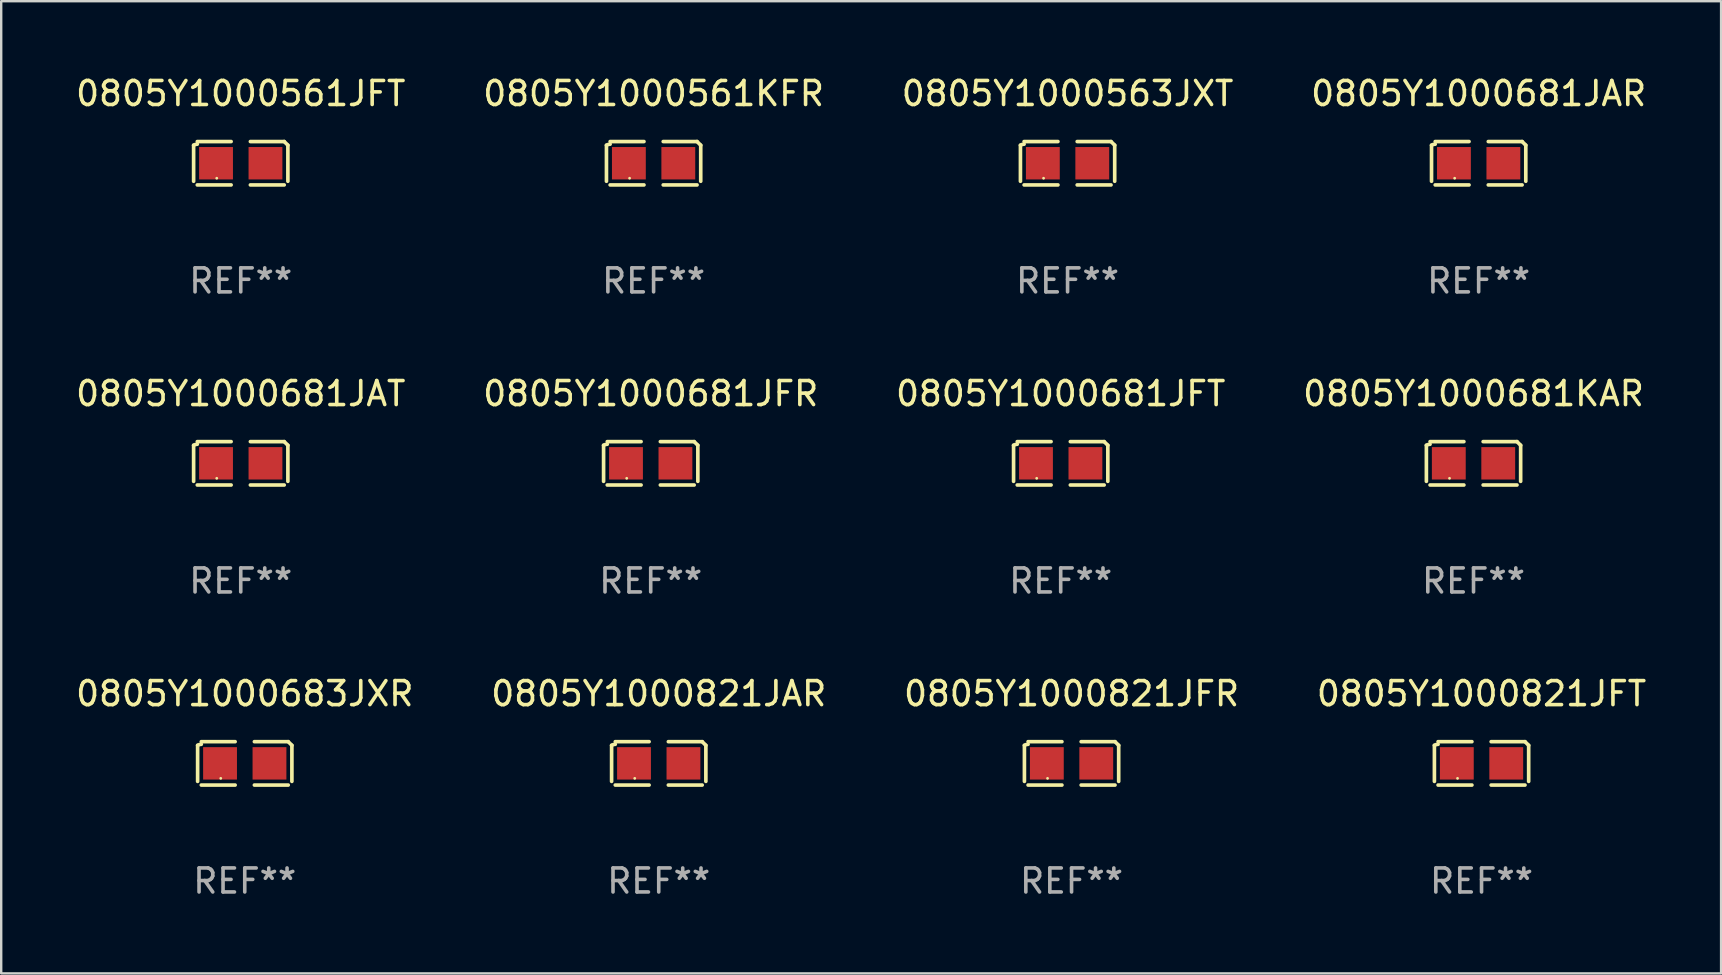
<source format=kicad_pcb>
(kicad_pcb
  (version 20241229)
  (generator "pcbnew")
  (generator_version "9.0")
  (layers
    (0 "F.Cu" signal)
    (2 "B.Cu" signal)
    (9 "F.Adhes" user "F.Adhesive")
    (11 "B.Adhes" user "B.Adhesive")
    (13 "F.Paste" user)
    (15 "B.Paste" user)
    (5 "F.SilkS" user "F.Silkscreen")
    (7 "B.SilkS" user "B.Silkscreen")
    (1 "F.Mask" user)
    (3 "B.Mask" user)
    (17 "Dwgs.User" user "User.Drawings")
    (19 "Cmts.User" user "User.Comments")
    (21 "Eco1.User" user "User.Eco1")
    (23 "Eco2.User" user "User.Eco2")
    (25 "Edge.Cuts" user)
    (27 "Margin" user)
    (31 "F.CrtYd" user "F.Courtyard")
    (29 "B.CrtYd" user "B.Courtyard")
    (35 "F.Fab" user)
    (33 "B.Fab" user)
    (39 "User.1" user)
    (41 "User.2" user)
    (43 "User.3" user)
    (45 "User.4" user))
  (footprint "0805Y1000681JFR"
    (layer "F.Cu")
    (at 24.065 16.256)
    (property "Reference" "0805Y1000681JFR" (at 0 -2.904 0) (layer "F.SilkS") (effects (font (size 1 1) (thickness 0.15))))
    (attr through_hole)
    (fp_line (start -1.964 0.751) (end -1.964 -0.751) (stroke (width 0.152) (type solid)) (layer "F.SilkS"))
    (fp_line (start -1.811 -0.904) (end -0.401 -0.904) (stroke (width 0.152) (type solid)) (layer "F.SilkS"))
    (fp_line (start -0.401 0.904) (end -1.811 0.904) (stroke (width 0.152) (type solid)) (layer "F.SilkS"))
    (fp_line (start 0.401 0.904) (end 1.811 0.904) (stroke (width 0.152) (type solid)) (layer "F.SilkS"))
    (fp_line (start 1.811 -0.904) (end 0.401 -0.904) (stroke (width 0.152) (type solid)) (layer "F.SilkS"))
    (fp_line (start 1.964 0.751) (end 1.964 -0.751) (stroke (width 0.152) (type solid)) (layer "F.SilkS"))
    (fp_arc (start -1.963602 -0.751207) (mid -1.890354 -0.783131) (end -1.811201 -0.794044) (stroke (width 0.1524) (type solid)) (layer "F.SilkS"))
    (fp_arc (start 1.811202 -0.903607) (mid 1.887413 -0.827418) (end 1.963602 -0.751207) (stroke (width 0.1524) (type solid)) (layer "F.SilkS"))
    (fp_circle (center -1 0.625) (end -0.97 0.625) (stroke (width 0.06) (type solid)) (fill no) (layer "F.SilkS"))
    (fp_text user "REF**" (at 0 4.904 0) (layer "F.Fab") (effects (font (size 1 1) (thickness 0.15))))
    (pad "1" smd rect (at -1.03 0) (size 1.41 1.35) (layers "F.Cu" "F.Mask" "F.Paste"))
    (pad "2" smd rect (at 1.03 0) (size 1.41 1.35) (layers "F.Cu" "F.Mask" "F.Paste")))
  (footprint "0805Y1000821JFT"
    (layer "F.Cu")
    (at 58.685 28.759)
    (property "Reference" "0805Y1000821JFT" (at 0 -2.904 0) (layer "F.SilkS") (effects (font (size 1 1) (thickness 0.15))))
    (attr through_hole)
    (fp_line (start -1.964 0.751) (end -1.964 -0.751) (stroke (width 0.152) (type solid)) (layer "F.SilkS"))
    (fp_line (start -1.811 -0.904) (end -0.401 -0.904) (stroke (width 0.152) (type solid)) (layer "F.SilkS"))
    (fp_line (start -0.401 0.904) (end -1.811 0.904) (stroke (width 0.152) (type solid)) (layer "F.SilkS"))
    (fp_line (start 0.401 0.904) (end 1.811 0.904) (stroke (width 0.152) (type solid)) (layer "F.SilkS"))
    (fp_line (start 1.811 -0.904) (end 0.401 -0.904) (stroke (width 0.152) (type solid)) (layer "F.SilkS"))
    (fp_line (start 1.964 0.751) (end 1.964 -0.751) (stroke (width 0.152) (type solid)) (layer "F.SilkS"))
    (fp_arc (start -1.963602 -0.751207) (mid -1.890354 -0.783131) (end -1.811201 -0.794044) (stroke (width 0.1524) (type solid)) (layer "F.SilkS"))
    (fp_arc (start 1.811202 -0.903607) (mid 1.887413 -0.827418) (end 1.963602 -0.751207) (stroke (width 0.1524) (type solid)) (layer "F.SilkS"))
    (fp_circle (center -1 0.625) (end -0.97 0.625) (stroke (width 0.06) (type solid)) (fill no) (layer "F.SilkS"))
    (fp_text user "REF**" (at 0 4.904 0) (layer "F.Fab") (effects (font (size 1 1) (thickness 0.15))))
    (pad "1" smd rect (at -1.03 0) (size 1.41 1.35) (layers "F.Cu" "F.Mask" "F.Paste"))
    (pad "2" smd rect (at 1.03 0) (size 1.41 1.35) (layers "F.Cu" "F.Mask" "F.Paste")))
  (footprint "0805Y1000681JAT"
    (layer "F.Cu")
    (at 6.982 16.256)
    (property "Reference" "0805Y1000681JAT" (at 0 -2.904 0) (layer "F.SilkS") (effects (font (size 1 1) (thickness 0.15))))
    (attr through_hole)
    (fp_line (start -1.964 0.751) (end -1.964 -0.751) (stroke (width 0.152) (type solid)) (layer "F.SilkS"))
    (fp_line (start -1.811 -0.904) (end -0.401 -0.904) (stroke (width 0.152) (type solid)) (layer "F.SilkS"))
    (fp_line (start -0.401 0.904) (end -1.811 0.904) (stroke (width 0.152) (type solid)) (layer "F.SilkS"))
    (fp_line (start 0.401 0.904) (end 1.811 0.904) (stroke (width 0.152) (type solid)) (layer "F.SilkS"))
    (fp_line (start 1.811 -0.904) (end 0.401 -0.904) (stroke (width 0.152) (type solid)) (layer "F.SilkS"))
    (fp_line (start 1.964 0.751) (end 1.964 -0.751) (stroke (width 0.152) (type solid)) (layer "F.SilkS"))
    (fp_arc (start -1.963602 -0.751207) (mid -1.890354 -0.783131) (end -1.811201 -0.794044) (stroke (width 0.1524) (type solid)) (layer "F.SilkS"))
    (fp_arc (start 1.811202 -0.903607) (mid 1.887413 -0.827418) (end 1.963602 -0.751207) (stroke (width 0.1524) (type solid)) (layer "F.SilkS"))
    (fp_circle (center -1 0.625) (end -0.97 0.625) (stroke (width 0.06) (type solid)) (fill no) (layer "F.SilkS"))
    (fp_text user "REF**" (at 0 4.904 0) (layer "F.Fab") (effects (font (size 1 1) (thickness 0.15))))
    (pad "1" smd rect (at -1.03 0) (size 1.41 1.35) (layers "F.Cu" "F.Mask" "F.Paste"))
    (pad "2" smd rect (at 1.03 0) (size 1.41 1.35) (layers "F.Cu" "F.Mask" "F.Paste")))
  (footprint "0805Y1000681JFT"
    (layer "F.Cu")
    (at 41.149 16.256)
    (property "Reference" "0805Y1000681JFT" (at 0 -2.904 0) (layer "F.SilkS") (effects (font (size 1 1) (thickness 0.15))))
    (attr through_hole)
    (fp_line (start -1.964 0.751) (end -1.964 -0.751) (stroke (width 0.152) (type solid)) (layer "F.SilkS"))
    (fp_line (start -1.811 -0.904) (end -0.401 -0.904) (stroke (width 0.152) (type solid)) (layer "F.SilkS"))
    (fp_line (start -0.401 0.904) (end -1.811 0.904) (stroke (width 0.152) (type solid)) (layer "F.SilkS"))
    (fp_line (start 0.401 0.904) (end 1.811 0.904) (stroke (width 0.152) (type solid)) (layer "F.SilkS"))
    (fp_line (start 1.811 -0.904) (end 0.401 -0.904) (stroke (width 0.152) (type solid)) (layer "F.SilkS"))
    (fp_line (start 1.964 0.751) (end 1.964 -0.751) (stroke (width 0.152) (type solid)) (layer "F.SilkS"))
    (fp_arc (start -1.963602 -0.751207) (mid -1.890354 -0.783131) (end -1.811201 -0.794044) (stroke (width 0.1524) (type solid)) (layer "F.SilkS"))
    (fp_arc (start 1.811202 -0.903607) (mid 1.887413 -0.827418) (end 1.963602 -0.751207) (stroke (width 0.1524) (type solid)) (layer "F.SilkS"))
    (fp_circle (center -1 0.625) (end -0.97 0.625) (stroke (width 0.06) (type solid)) (fill no) (layer "F.SilkS"))
    (fp_text user "REF**" (at 0 4.904 0) (layer "F.Fab") (effects (font (size 1 1) (thickness 0.15))))
    (pad "1" smd rect (at -1.03 0) (size 1.41 1.35) (layers "F.Cu" "F.Mask" "F.Paste"))
    (pad "2" smd rect (at 1.03 0) (size 1.41 1.35) (layers "F.Cu" "F.Mask" "F.Paste")))
  (footprint "0805Y1000821JFR"
    (layer "F.Cu")
    (at 41.601 28.759)
    (property "Reference" "0805Y1000821JFR" (at 0 -2.904 0) (layer "F.SilkS") (effects (font (size 1 1) (thickness 0.15))))
    (attr through_hole)
    (fp_line (start -1.964 0.751) (end -1.964 -0.751) (stroke (width 0.152) (type solid)) (layer "F.SilkS"))
    (fp_line (start -1.811 -0.904) (end -0.401 -0.904) (stroke (width 0.152) (type solid)) (layer "F.SilkS"))
    (fp_line (start -0.401 0.904) (end -1.811 0.904) (stroke (width 0.152) (type solid)) (layer "F.SilkS"))
    (fp_line (start 0.401 0.904) (end 1.811 0.904) (stroke (width 0.152) (type solid)) (layer "F.SilkS"))
    (fp_line (start 1.811 -0.904) (end 0.401 -0.904) (stroke (width 0.152) (type solid)) (layer "F.SilkS"))
    (fp_line (start 1.964 0.751) (end 1.964 -0.751) (stroke (width 0.152) (type solid)) (layer "F.SilkS"))
    (fp_arc (start -1.963602 -0.751207) (mid -1.890354 -0.783131) (end -1.811201 -0.794044) (stroke (width 0.1524) (type solid)) (layer "F.SilkS"))
    (fp_arc (start 1.811202 -0.903607) (mid 1.887413 -0.827418) (end 1.963602 -0.751207) (stroke (width 0.1524) (type solid)) (layer "F.SilkS"))
    (fp_circle (center -1 0.625) (end -0.97 0.625) (stroke (width 0.06) (type solid)) (fill no) (layer "F.SilkS"))
    (fp_text user "REF**" (at 0 4.904 0) (layer "F.Fab") (effects (font (size 1 1) (thickness 0.15))))
    (pad "1" smd rect (at -1.03 0) (size 1.41 1.35) (layers "F.Cu" "F.Mask" "F.Paste"))
    (pad "2" smd rect (at 1.03 0) (size 1.41 1.35) (layers "F.Cu" "F.Mask" "F.Paste")))
  (footprint "0805Y1000681JAR"
    (layer "F.Cu")
    (at 58.565 3.752)
    (property "Reference" "0805Y1000681JAR" (at 0 -2.904 0) (layer "F.SilkS") (effects (font (size 1 1) (thickness 0.15))))
    (attr through_hole)
    (fp_line (start -1.964 0.751) (end -1.964 -0.751) (stroke (width 0.152) (type solid)) (layer "F.SilkS"))
    (fp_line (start -1.811 -0.904) (end -0.401 -0.904) (stroke (width 0.152) (type solid)) (layer "F.SilkS"))
    (fp_line (start -0.401 0.904) (end -1.811 0.904) (stroke (width 0.152) (type solid)) (layer "F.SilkS"))
    (fp_line (start 0.401 0.904) (end 1.811 0.904) (stroke (width 0.152) (type solid)) (layer "F.SilkS"))
    (fp_line (start 1.811 -0.904) (end 0.401 -0.904) (stroke (width 0.152) (type solid)) (layer "F.SilkS"))
    (fp_line (start 1.964 0.751) (end 1.964 -0.751) (stroke (width 0.152) (type solid)) (layer "F.SilkS"))
    (fp_arc (start -1.963602 -0.751207) (mid -1.890354 -0.783131) (end -1.811201 -0.794044) (stroke (width 0.1524) (type solid)) (layer "F.SilkS"))
    (fp_arc (start 1.811202 -0.903607) (mid 1.887413 -0.827418) (end 1.963602 -0.751207) (stroke (width 0.1524) (type solid)) (layer "F.SilkS"))
    (fp_circle (center -1 0.625) (end -0.97 0.625) (stroke (width 0.06) (type solid)) (fill no) (layer "F.SilkS"))
    (fp_text user "REF**" (at 0 4.904 0) (layer "F.Fab") (effects (font (size 1 1) (thickness 0.15))))
    (pad "1" smd rect (at -1.03 0) (size 1.41 1.35) (layers "F.Cu" "F.Mask" "F.Paste"))
    (pad "2" smd rect (at 1.03 0) (size 1.41 1.35) (layers "F.Cu" "F.Mask" "F.Paste")))
  (footprint "0805Y1000683JXR"
    (layer "F.Cu")
    (at 7.149 28.759)
    (property "Reference" "0805Y1000683JXR" (at 0 -2.904 0) (layer "F.SilkS") (effects (font (size 1 1) (thickness 0.15))))
    (attr through_hole)
    (fp_line (start -1.964 0.751) (end -1.964 -0.751) (stroke (width 0.152) (type solid)) (layer "F.SilkS"))
    (fp_line (start -1.811 -0.904) (end -0.401 -0.904) (stroke (width 0.152) (type solid)) (layer "F.SilkS"))
    (fp_line (start -0.401 0.904) (end -1.811 0.904) (stroke (width 0.152) (type solid)) (layer "F.SilkS"))
    (fp_line (start 0.401 0.904) (end 1.811 0.904) (stroke (width 0.152) (type solid)) (layer "F.SilkS"))
    (fp_line (start 1.811 -0.904) (end 0.401 -0.904) (stroke (width 0.152) (type solid)) (layer "F.SilkS"))
    (fp_line (start 1.964 0.751) (end 1.964 -0.751) (stroke (width 0.152) (type solid)) (layer "F.SilkS"))
    (fp_arc (start -1.963602 -0.751207) (mid -1.890354 -0.783131) (end -1.811201 -0.794044) (stroke (width 0.1524) (type solid)) (layer "F.SilkS"))
    (fp_arc (start 1.811202 -0.903607) (mid 1.887413 -0.827418) (end 1.963602 -0.751207) (stroke (width 0.1524) (type solid)) (layer "F.SilkS"))
    (fp_circle (center -1 0.625) (end -0.97 0.625) (stroke (width 0.06) (type solid)) (fill no) (layer "F.SilkS"))
    (fp_text user "REF**" (at 0 4.904 0) (layer "F.Fab") (effects (font (size 1 1) (thickness 0.15))))
    (pad "1" smd rect (at -1.03 0) (size 1.41 1.35) (layers "F.Cu" "F.Mask" "F.Paste"))
    (pad "2" smd rect (at 1.03 0) (size 1.41 1.35) (layers "F.Cu" "F.Mask" "F.Paste")))
  (footprint "0805Y1000821JAR"
    (layer "F.Cu")
    (at 24.399 28.759)
    (property "Reference" "0805Y1000821JAR" (at 0 -2.904 0) (layer "F.SilkS") (effects (font (size 1 1) (thickness 0.15))))
    (attr through_hole)
    (fp_line (start -1.964 0.751) (end -1.964 -0.751) (stroke (width 0.152) (type solid)) (layer "F.SilkS"))
    (fp_line (start -1.811 -0.904) (end -0.401 -0.904) (stroke (width 0.152) (type solid)) (layer "F.SilkS"))
    (fp_line (start -0.401 0.904) (end -1.811 0.904) (stroke (width 0.152) (type solid)) (layer "F.SilkS"))
    (fp_line (start 0.401 0.904) (end 1.811 0.904) (stroke (width 0.152) (type solid)) (layer "F.SilkS"))
    (fp_line (start 1.811 -0.904) (end 0.401 -0.904) (stroke (width 0.152) (type solid)) (layer "F.SilkS"))
    (fp_line (start 1.964 0.751) (end 1.964 -0.751) (stroke (width 0.152) (type solid)) (layer "F.SilkS"))
    (fp_arc (start -1.963602 -0.751207) (mid -1.890354 -0.783131) (end -1.811201 -0.794044) (stroke (width 0.1524) (type solid)) (layer "F.SilkS"))
    (fp_arc (start 1.811202 -0.903607) (mid 1.887413 -0.827418) (end 1.963602 -0.751207) (stroke (width 0.1524) (type solid)) (layer "F.SilkS"))
    (fp_circle (center -1 0.625) (end -0.97 0.625) (stroke (width 0.06) (type solid)) (fill no) (layer "F.SilkS"))
    (fp_text user "REF**" (at 0 4.904 0) (layer "F.Fab") (effects (font (size 1 1) (thickness 0.15))))
    (pad "1" smd rect (at -1.03 0) (size 1.41 1.35) (layers "F.Cu" "F.Mask" "F.Paste"))
    (pad "2" smd rect (at 1.03 0) (size 1.41 1.35) (layers "F.Cu" "F.Mask" "F.Paste")))
  (footprint "0805Y1000561KFR"
    (layer "F.Cu")
    (at 24.185 3.752)
    (property "Reference" "0805Y1000561KFR" (at 0 -2.904 0) (layer "F.SilkS") (effects (font (size 1 1) (thickness 0.15))))
    (attr through_hole)
    (fp_line (start -1.964 0.751) (end -1.964 -0.751) (stroke (width 0.152) (type solid)) (layer "F.SilkS"))
    (fp_line (start -1.811 -0.904) (end -0.401 -0.904) (stroke (width 0.152) (type solid)) (layer "F.SilkS"))
    (fp_line (start -0.401 0.904) (end -1.811 0.904) (stroke (width 0.152) (type solid)) (layer "F.SilkS"))
    (fp_line (start 0.401 0.904) (end 1.811 0.904) (stroke (width 0.152) (type solid)) (layer "F.SilkS"))
    (fp_line (start 1.811 -0.904) (end 0.401 -0.904) (stroke (width 0.152) (type solid)) (layer "F.SilkS"))
    (fp_line (start 1.964 0.751) (end 1.964 -0.751) (stroke (width 0.152) (type solid)) (layer "F.SilkS"))
    (fp_arc (start -1.963602 -0.751207) (mid -1.890354 -0.783131) (end -1.811201 -0.794044) (stroke (width 0.1524) (type solid)) (layer "F.SilkS"))
    (fp_arc (start 1.811202 -0.903607) (mid 1.887413 -0.827418) (end 1.963602 -0.751207) (stroke (width 0.1524) (type solid)) (layer "F.SilkS"))
    (fp_circle (center -1 0.625) (end -0.97 0.625) (stroke (width 0.06) (type solid)) (fill no) (layer "F.SilkS"))
    (fp_text user "REF**" (at 0 4.904 0) (layer "F.Fab") (effects (font (size 1 1) (thickness 0.15))))
    (pad "1" smd rect (at -1.03 0) (size 1.41 1.35) (layers "F.Cu" "F.Mask" "F.Paste"))
    (pad "2" smd rect (at 1.03 0) (size 1.41 1.35) (layers "F.Cu" "F.Mask" "F.Paste")))
  (footprint "0805Y1000561JFT"
    (layer "F.Cu")
    (at 6.982 3.752)
    (property "Reference" "0805Y1000561JFT" (at 0 -2.904 0) (layer "F.SilkS") (effects (font (size 1 1) (thickness 0.15))))
    (attr through_hole)
    (fp_line (start -1.964 0.751) (end -1.964 -0.751) (stroke (width 0.152) (type solid)) (layer "F.SilkS"))
    (fp_line (start -1.811 -0.904) (end -0.401 -0.904) (stroke (width 0.152) (type solid)) (layer "F.SilkS"))
    (fp_line (start -0.401 0.904) (end -1.811 0.904) (stroke (width 0.152) (type solid)) (layer "F.SilkS"))
    (fp_line (start 0.401 0.904) (end 1.811 0.904) (stroke (width 0.152) (type solid)) (layer "F.SilkS"))
    (fp_line (start 1.811 -0.904) (end 0.401 -0.904) (stroke (width 0.152) (type solid)) (layer "F.SilkS"))
    (fp_line (start 1.964 0.751) (end 1.964 -0.751) (stroke (width 0.152) (type solid)) (layer "F.SilkS"))
    (fp_arc (start -1.963602 -0.751207) (mid -1.890354 -0.783131) (end -1.811201 -0.794044) (stroke (width 0.1524) (type solid)) (layer "F.SilkS"))
    (fp_arc (start 1.811202 -0.903607) (mid 1.887413 -0.827418) (end 1.963602 -0.751207) (stroke (width 0.1524) (type solid)) (layer "F.SilkS"))
    (fp_circle (center -1 0.625) (end -0.97 0.625) (stroke (width 0.06) (type solid)) (fill no) (layer "F.SilkS"))
    (fp_text user "REF**" (at 0 4.904 0) (layer "F.Fab") (effects (font (size 1 1) (thickness 0.15))))
    (pad "1" smd rect (at -1.03 0) (size 1.41 1.35) (layers "F.Cu" "F.Mask" "F.Paste"))
    (pad "2" smd rect (at 1.03 0) (size 1.41 1.35) (layers "F.Cu" "F.Mask" "F.Paste")))
  (footprint "0805Y1000563JXT"
    (layer "F.Cu")
    (at 41.435 3.752)
    (property "Reference" "0805Y1000563JXT" (at 0 -2.904 0) (layer "F.SilkS") (effects (font (size 1 1) (thickness 0.15))))
    (attr through_hole)
    (fp_line (start -1.964 0.751) (end -1.964 -0.751) (stroke (width 0.152) (type solid)) (layer "F.SilkS"))
    (fp_line (start -1.811 -0.904) (end -0.401 -0.904) (stroke (width 0.152) (type solid)) (layer "F.SilkS"))
    (fp_line (start -0.401 0.904) (end -1.811 0.904) (stroke (width 0.152) (type solid)) (layer "F.SilkS"))
    (fp_line (start 0.401 0.904) (end 1.811 0.904) (stroke (width 0.152) (type solid)) (layer "F.SilkS"))
    (fp_line (start 1.811 -0.904) (end 0.401 -0.904) (stroke (width 0.152) (type solid)) (layer "F.SilkS"))
    (fp_line (start 1.964 0.751) (end 1.964 -0.751) (stroke (width 0.152) (type solid)) (layer "F.SilkS"))
    (fp_arc (start -1.963602 -0.751207) (mid -1.890354 -0.783131) (end -1.811201 -0.794044) (stroke (width 0.1524) (type solid)) (layer "F.SilkS"))
    (fp_arc (start 1.811202 -0.903607) (mid 1.887413 -0.827418) (end 1.963602 -0.751207) (stroke (width 0.1524) (type solid)) (layer "F.SilkS"))
    (fp_circle (center -1 0.625) (end -0.97 0.625) (stroke (width 0.06) (type solid)) (fill no) (layer "F.SilkS"))
    (fp_text user "REF**" (at 0 4.904 0) (layer "F.Fab") (effects (font (size 1 1) (thickness 0.15))))
    (pad "1" smd rect (at -1.03 0) (size 1.41 1.35) (layers "F.Cu" "F.Mask" "F.Paste"))
    (pad "2" smd rect (at 1.03 0) (size 1.41 1.35) (layers "F.Cu" "F.Mask" "F.Paste")))
  (footprint "0805Y1000681KAR"
    (layer "F.Cu")
    (at 58.351 16.256)
    (property "Reference" "0805Y1000681KAR" (at 0 -2.904 0) (layer "F.SilkS") (effects (font (size 1 1) (thickness 0.15))))
    (attr through_hole)
    (fp_line (start -1.964 0.751) (end -1.964 -0.751) (stroke (width 0.152) (type solid)) (layer "F.SilkS"))
    (fp_line (start -1.811 -0.904) (end -0.401 -0.904) (stroke (width 0.152) (type solid)) (layer "F.SilkS"))
    (fp_line (start -0.401 0.904) (end -1.811 0.904) (stroke (width 0.152) (type solid)) (layer "F.SilkS"))
    (fp_line (start 0.401 0.904) (end 1.811 0.904) (stroke (width 0.152) (type solid)) (layer "F.SilkS"))
    (fp_line (start 1.811 -0.904) (end 0.401 -0.904) (stroke (width 0.152) (type solid)) (layer "F.SilkS"))
    (fp_line (start 1.964 0.751) (end 1.964 -0.751) (stroke (width 0.152) (type solid)) (layer "F.SilkS"))
    (fp_arc (start -1.963602 -0.751207) (mid -1.890354 -0.783131) (end -1.811201 -0.794044) (stroke (width 0.1524) (type solid)) (layer "F.SilkS"))
    (fp_arc (start 1.811202 -0.903607) (mid 1.887413 -0.827418) (end 1.963602 -0.751207) (stroke (width 0.1524) (type solid)) (layer "F.SilkS"))
    (fp_circle (center -1 0.625) (end -0.97 0.625) (stroke (width 0.06) (type solid)) (fill no) (layer "F.SilkS"))
    (fp_text user "REF**" (at 0 4.904 0) (layer "F.Fab") (effects (font (size 1 1) (thickness 0.15))))
    (pad "1" smd rect (at -1.03 0) (size 1.41 1.35) (layers "F.Cu" "F.Mask" "F.Paste"))
    (pad "2" smd rect (at 1.03 0) (size 1.41 1.35) (layers "F.Cu" "F.Mask" "F.Paste")))
  (gr_rect
    (start -3 -3)
    (end 68.667 37.511)
    (stroke (width 0.1) (type default))
    (fill no)
    (layer "Edge.Cuts")))
</source>
